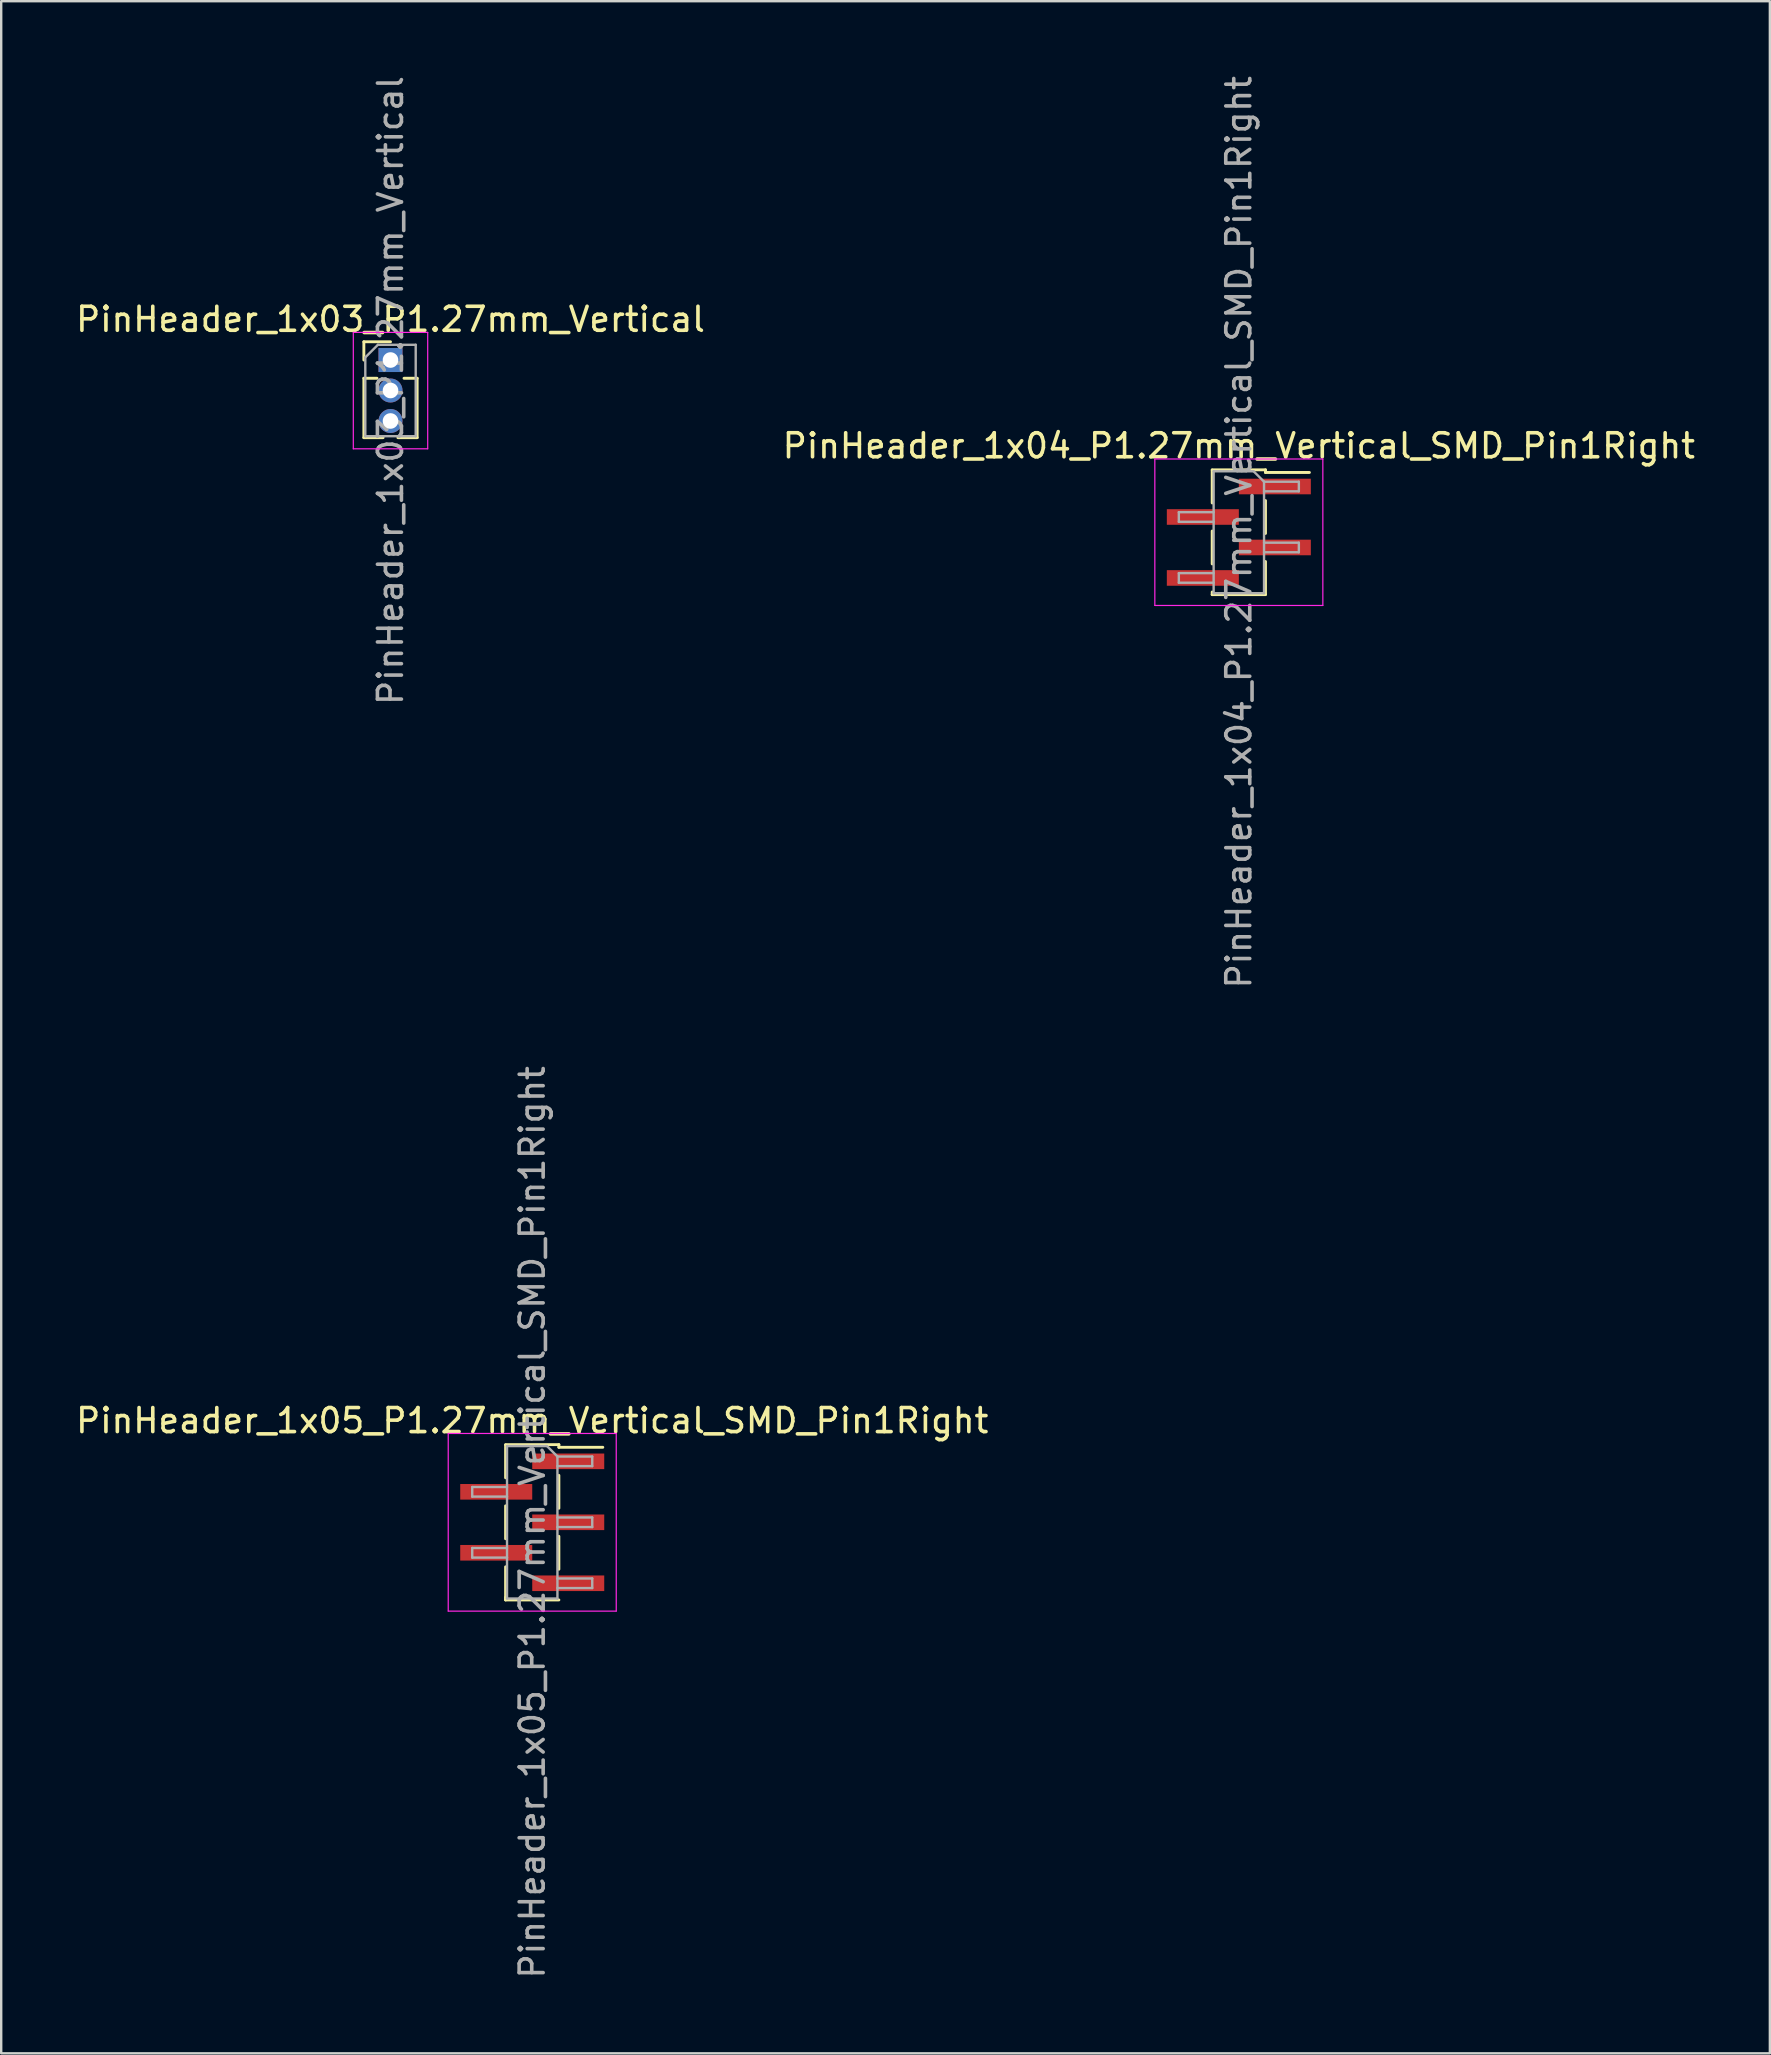
<source format=kicad_pcb>
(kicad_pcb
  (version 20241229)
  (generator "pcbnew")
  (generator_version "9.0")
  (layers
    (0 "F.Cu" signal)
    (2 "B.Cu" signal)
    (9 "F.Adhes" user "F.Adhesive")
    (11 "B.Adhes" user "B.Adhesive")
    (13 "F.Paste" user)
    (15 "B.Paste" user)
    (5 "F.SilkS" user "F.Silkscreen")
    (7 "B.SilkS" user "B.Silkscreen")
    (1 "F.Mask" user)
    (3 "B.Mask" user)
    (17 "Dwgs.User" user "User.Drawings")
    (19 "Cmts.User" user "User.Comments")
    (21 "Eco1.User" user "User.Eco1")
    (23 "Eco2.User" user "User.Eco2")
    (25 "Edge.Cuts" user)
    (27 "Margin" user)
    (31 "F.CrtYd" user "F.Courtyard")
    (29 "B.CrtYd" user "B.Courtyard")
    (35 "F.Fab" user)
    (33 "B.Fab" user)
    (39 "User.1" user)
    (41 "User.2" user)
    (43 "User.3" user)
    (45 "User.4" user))
  (footprint "PinHeader_1x05_P1.27mm_Vertical_SMD_Pin1Right"
    (layer "F.Cu")
    (at 19.125 60.375)
    (property "Reference" "PinHeader_1x05_P1.27mm_Vertical_SMD_Pin1Right" (at 0 -4.235 0) (layer "F.SilkS") (effects (font (size 1 1) (thickness 0.15))))
    (attr smd)
    (fp_line (start -1.11 -3.235) (end 1.11 -3.235) (stroke (width 0.12) (type solid)) (layer "F.SilkS"))
    (fp_line (start -1.11 -3.225) (end -1.11 -1.855) (stroke (width 0.12) (type solid)) (layer "F.SilkS"))
    (fp_line (start -1.11 -0.685) (end -1.11 0.685) (stroke (width 0.12) (type solid)) (layer "F.SilkS"))
    (fp_line (start -1.11 1.855) (end -1.11 3.225) (stroke (width 0.12) (type solid)) (layer "F.SilkS"))
    (fp_line (start -1.11 3.125) (end -1.11 3.235) (stroke (width 0.12) (type solid)) (layer "F.SilkS"))
    (fp_line (start -1.11 3.235) (end 1.11 3.235) (stroke (width 0.12) (type solid)) (layer "F.SilkS"))
    (fp_line (start 1.11 -3.235) (end 1.11 -3.125) (stroke (width 0.12) (type solid)) (layer "F.SilkS"))
    (fp_line (start 1.11 -3.125) (end 2.94 -3.125) (stroke (width 0.12) (type solid)) (layer "F.SilkS"))
    (fp_line (start 1.11 -1.955) (end 1.11 -0.585) (stroke (width 0.12) (type solid)) (layer "F.SilkS"))
    (fp_line (start 1.11 0.585) (end 1.11 1.955) (stroke (width 0.12) (type solid)) (layer "F.SilkS"))
    (fp_line (start -3.5 -3.7) (end -3.5 3.7) (stroke (width 0.05) (type solid)) (layer "F.CrtYd"))
    (fp_line (start -3.5 3.7) (end 3.5 3.7) (stroke (width 0.05) (type solid)) (layer "F.CrtYd"))
    (fp_line (start 3.5 -3.7) (end -3.5 -3.7) (stroke (width 0.05) (type solid)) (layer "F.CrtYd"))
    (fp_line (start 3.5 3.7) (end 3.5 -3.7) (stroke (width 0.05) (type solid)) (layer "F.CrtYd"))
    (fp_line (start -2.5 -1.47) (end -2.5 -1.07) (stroke (width 0.1) (type solid)) (layer "F.Fab"))
    (fp_line (start -2.5 -1.07) (end -1.05 -1.07) (stroke (width 0.1) (type solid)) (layer "F.Fab"))
    (fp_line (start -2.5 1.07) (end -2.5 1.47) (stroke (width 0.1) (type solid)) (layer "F.Fab"))
    (fp_line (start -2.5 1.47) (end -1.05 1.47) (stroke (width 0.1) (type solid)) (layer "F.Fab"))
    (fp_line (start -1.05 -3.175) (end -1.05 3.175) (stroke (width 0.1) (type solid)) (layer "F.Fab"))
    (fp_line (start -1.05 -3.175) (end 0.615 -3.175) (stroke (width 0.1) (type solid)) (layer "F.Fab"))
    (fp_line (start -1.05 -1.47) (end -2.5 -1.47) (stroke (width 0.1) (type solid)) (layer "F.Fab"))
    (fp_line (start -1.05 1.07) (end -2.5 1.07) (stroke (width 0.1) (type solid)) (layer "F.Fab"))
    (fp_line (start 1.05 -2.74) (end 0.615 -3.175) (stroke (width 0.1) (type solid)) (layer "F.Fab"))
    (fp_line (start 1.05 -2.74) (end 2.5 -2.74) (stroke (width 0.1) (type solid)) (layer "F.Fab"))
    (fp_line (start 1.05 -0.2) (end 2.5 -0.2) (stroke (width 0.1) (type solid)) (layer "F.Fab"))
    (fp_line (start 1.05 2.34) (end 2.5 2.34) (stroke (width 0.1) (type solid)) (layer "F.Fab"))
    (fp_line (start 1.05 3.175) (end -1.05 3.175) (stroke (width 0.1) (type solid)) (layer "F.Fab"))
    (fp_line (start 1.05 3.175) (end 1.05 -2.74) (stroke (width 0.1) (type solid)) (layer "F.Fab"))
    (fp_line (start 2.5 -2.74) (end 2.5 -2.34) (stroke (width 0.1) (type solid)) (layer "F.Fab"))
    (fp_line (start 2.5 -2.34) (end 1.05 -2.34) (stroke (width 0.1) (type solid)) (layer "F.Fab"))
    (fp_line (start 2.5 -0.2) (end 2.5 0.2) (stroke (width 0.1) (type solid)) (layer "F.Fab"))
    (fp_line (start 2.5 0.2) (end 1.05 0.2) (stroke (width 0.1) (type solid)) (layer "F.Fab"))
    (fp_line (start 2.5 2.34) (end 2.5 2.74) (stroke (width 0.1) (type solid)) (layer "F.Fab"))
    (fp_line (start 2.5 2.74) (end 1.05 2.74) (stroke (width 0.1) (type solid)) (layer "F.Fab"))
    (fp_text user "${REFERENCE}" (at 0 0 90) (layer "F.Fab") (effects (font (size 1 1) (thickness 0.15))))
    (pad "1" smd rect (at 1.5 -2.54) (size 3 0.65) (layers "F.Cu" "F.Mask" "F.Paste"))
    (pad "2" smd rect (at -1.5 -1.27) (size 3 0.65) (layers "F.Cu" "F.Mask" "F.Paste"))
    (pad "3" smd rect (at 1.5 0) (size 3 0.65) (layers "F.Cu" "F.Mask" "F.Paste"))
    (pad "4" smd rect (at -1.5 1.27) (size 3 0.65) (layers "F.Cu" "F.Mask" "F.Paste"))
    (pad "5" smd rect (at 1.5 2.54) (size 3 0.65) (layers "F.Cu" "F.Mask" "F.Paste")))
  (footprint "PinHeader_1x03_P1.27mm_Vertical"
    (layer "F.Cu")
    (at 13.22 11.95)
    (property "Reference" "PinHeader_1x03_P1.27mm_Vertical" (at 0 -1.695 0) (layer "F.SilkS") (effects (font (size 1 1) (thickness 0.15))))
    (attr through_hole)
    (fp_line (start -1.11 -0.76) (end 0 -0.76) (stroke (width 0.12) (type solid)) (layer "F.SilkS"))
    (fp_line (start -1.11 0) (end -1.11 -0.76) (stroke (width 0.12) (type solid)) (layer "F.SilkS"))
    (fp_line (start -1.11 0.76) (end -1.11 3.235) (stroke (width 0.12) (type solid)) (layer "F.SilkS"))
    (fp_line (start -1.11 0.76) (end -0.563 0.76) (stroke (width 0.12) (type solid)) (layer "F.SilkS"))
    (fp_line (start -1.11 3.235) (end -0.308 3.235) (stroke (width 0.12) (type solid)) (layer "F.SilkS"))
    (fp_line (start 0.308 3.235) (end 1.11 3.235) (stroke (width 0.12) (type solid)) (layer "F.SilkS"))
    (fp_line (start 0.563 0.76) (end 1.11 0.76) (stroke (width 0.12) (type solid)) (layer "F.SilkS"))
    (fp_line (start 1.11 0.76) (end 1.11 3.235) (stroke (width 0.12) (type solid)) (layer "F.SilkS"))
    (fp_line (start -1.55 -1.15) (end -1.55 3.7) (stroke (width 0.05) (type solid)) (layer "F.CrtYd"))
    (fp_line (start -1.55 3.7) (end 1.55 3.7) (stroke (width 0.05) (type solid)) (layer "F.CrtYd"))
    (fp_line (start 1.55 -1.15) (end -1.55 -1.15) (stroke (width 0.05) (type solid)) (layer "F.CrtYd"))
    (fp_line (start 1.55 3.7) (end 1.55 -1.15) (stroke (width 0.05) (type solid)) (layer "F.CrtYd"))
    (fp_line (start -1.05 -0.11) (end -0.525 -0.635) (stroke (width 0.1) (type solid)) (layer "F.Fab"))
    (fp_line (start -1.05 3.175) (end -1.05 -0.11) (stroke (width 0.1) (type solid)) (layer "F.Fab"))
    (fp_line (start -0.525 -0.635) (end 1.05 -0.635) (stroke (width 0.1) (type solid)) (layer "F.Fab"))
    (fp_line (start 1.05 -0.635) (end 1.05 3.175) (stroke (width 0.1) (type solid)) (layer "F.Fab"))
    (fp_line (start 1.05 3.175) (end -1.05 3.175) (stroke (width 0.1) (type solid)) (layer "F.Fab"))
    (fp_text user "${REFERENCE}" (at 0 1.27 90) (layer "F.Fab") (effects (font (size 1 1) (thickness 0.15))))
    (pad "1" thru_hole rect (at 0 0) (size 1 1) (drill 0.65) (layers "*.Cu" "*.Mask"))
    (pad "2" thru_hole oval (at 0 1.27) (size 1 1) (drill 0.65) (layers "*.Cu" "*.Mask"))
    (pad "3" thru_hole oval (at 0 2.54) (size 1 1) (drill 0.65) (layers "*.Cu" "*.Mask")))
  (footprint "PinHeader_1x04_P1.27mm_Vertical_SMD_Pin1Right"
    (layer "F.Cu")
    (at 48.565 19.125)
    (property "Reference" "PinHeader_1x04_P1.27mm_Vertical_SMD_Pin1Right" (at 0 -3.6 0) (layer "F.SilkS") (effects (font (size 1 1) (thickness 0.15))))
    (attr smd)
    (fp_line (start -1.11 -2.6) (end 1.11 -2.6) (stroke (width 0.12) (type solid)) (layer "F.SilkS"))
    (fp_line (start -1.11 -2.59) (end -1.11 -1.22) (stroke (width 0.12) (type solid)) (layer "F.SilkS"))
    (fp_line (start -1.11 -0.05) (end -1.11 1.32) (stroke (width 0.12) (type solid)) (layer "F.SilkS"))
    (fp_line (start -1.11 2.49) (end -1.11 2.6) (stroke (width 0.12) (type solid)) (layer "F.SilkS"))
    (fp_line (start -1.11 2.6) (end 1.11 2.6) (stroke (width 0.12) (type solid)) (layer "F.SilkS"))
    (fp_line (start 1.11 -2.6) (end 1.11 -2.49) (stroke (width 0.12) (type solid)) (layer "F.SilkS"))
    (fp_line (start 1.11 -2.49) (end 2.94 -2.49) (stroke (width 0.12) (type solid)) (layer "F.SilkS"))
    (fp_line (start 1.11 -1.32) (end 1.11 0.05) (stroke (width 0.12) (type solid)) (layer "F.SilkS"))
    (fp_line (start 1.11 1.22) (end 1.11 2.59) (stroke (width 0.12) (type solid)) (layer "F.SilkS"))
    (fp_line (start -3.5 -3.05) (end -3.5 3.05) (stroke (width 0.05) (type solid)) (layer "F.CrtYd"))
    (fp_line (start -3.5 3.05) (end 3.5 3.05) (stroke (width 0.05) (type solid)) (layer "F.CrtYd"))
    (fp_line (start 3.5 -3.05) (end -3.5 -3.05) (stroke (width 0.05) (type solid)) (layer "F.CrtYd"))
    (fp_line (start 3.5 3.05) (end 3.5 -3.05) (stroke (width 0.05) (type solid)) (layer "F.CrtYd"))
    (fp_line (start -2.5 -0.835) (end -2.5 -0.435) (stroke (width 0.1) (type solid)) (layer "F.Fab"))
    (fp_line (start -2.5 -0.435) (end -1.05 -0.435) (stroke (width 0.1) (type solid)) (layer "F.Fab"))
    (fp_line (start -2.5 1.705) (end -2.5 2.105) (stroke (width 0.1) (type solid)) (layer "F.Fab"))
    (fp_line (start -2.5 2.105) (end -1.05 2.105) (stroke (width 0.1) (type solid)) (layer "F.Fab"))
    (fp_line (start -1.05 -2.54) (end -1.05 2.54) (stroke (width 0.1) (type solid)) (layer "F.Fab"))
    (fp_line (start -1.05 -2.54) (end 0.615 -2.54) (stroke (width 0.1) (type solid)) (layer "F.Fab"))
    (fp_line (start -1.05 -0.835) (end -2.5 -0.835) (stroke (width 0.1) (type solid)) (layer "F.Fab"))
    (fp_line (start -1.05 1.705) (end -2.5 1.705) (stroke (width 0.1) (type solid)) (layer "F.Fab"))
    (fp_line (start 1.05 -2.105) (end 0.615 -2.54) (stroke (width 0.1) (type solid)) (layer "F.Fab"))
    (fp_line (start 1.05 -2.105) (end 2.5 -2.105) (stroke (width 0.1) (type solid)) (layer "F.Fab"))
    (fp_line (start 1.05 0.435) (end 2.5 0.435) (stroke (width 0.1) (type solid)) (layer "F.Fab"))
    (fp_line (start 1.05 2.54) (end -1.05 2.54) (stroke (width 0.1) (type solid)) (layer "F.Fab"))
    (fp_line (start 1.05 2.54) (end 1.05 -2.105) (stroke (width 0.1) (type solid)) (layer "F.Fab"))
    (fp_line (start 2.5 -2.105) (end 2.5 -1.705) (stroke (width 0.1) (type solid)) (layer "F.Fab"))
    (fp_line (start 2.5 -1.705) (end 1.05 -1.705) (stroke (width 0.1) (type solid)) (layer "F.Fab"))
    (fp_line (start 2.5 0.435) (end 2.5 0.835) (stroke (width 0.1) (type solid)) (layer "F.Fab"))
    (fp_line (start 2.5 0.835) (end 1.05 0.835) (stroke (width 0.1) (type solid)) (layer "F.Fab"))
    (fp_text user "${REFERENCE}" (at 0 0 90) (layer "F.Fab") (effects (font (size 1 1) (thickness 0.15))))
    (pad "1" smd rect (at 1.5 -1.905) (size 3 0.65) (layers "F.Cu" "F.Mask" "F.Paste"))
    (pad "2" smd rect (at -1.5 -0.635) (size 3 0.65) (layers "F.Cu" "F.Mask" "F.Paste"))
    (pad "3" smd rect (at 1.5 0.635) (size 3 0.65) (layers "F.Cu" "F.Mask" "F.Paste"))
    (pad "4" smd rect (at -1.5 1.905) (size 3 0.65) (layers "F.Cu" "F.Mask" "F.Paste")))
  (gr_rect
    (start -3 -3)
    (end 70.69 82.5)
    (stroke (width 0.1) (type default))
    (fill no)
    (layer "Edge.Cuts")))
</source>
